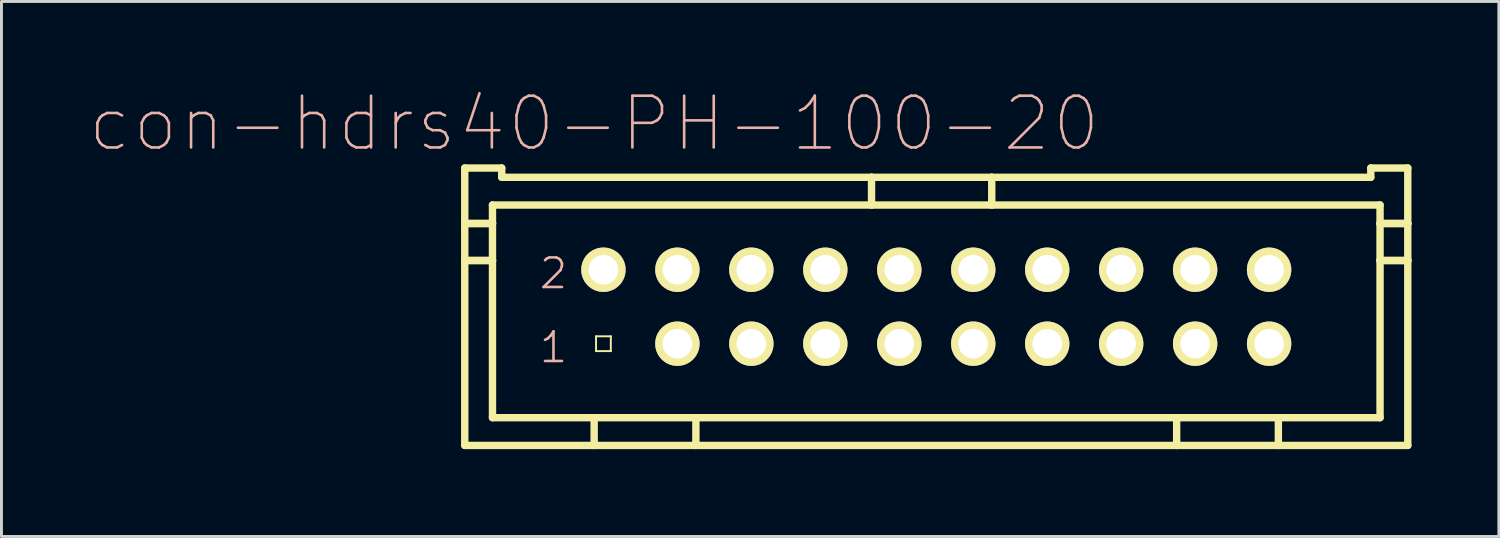
<source format=kicad_pcb>
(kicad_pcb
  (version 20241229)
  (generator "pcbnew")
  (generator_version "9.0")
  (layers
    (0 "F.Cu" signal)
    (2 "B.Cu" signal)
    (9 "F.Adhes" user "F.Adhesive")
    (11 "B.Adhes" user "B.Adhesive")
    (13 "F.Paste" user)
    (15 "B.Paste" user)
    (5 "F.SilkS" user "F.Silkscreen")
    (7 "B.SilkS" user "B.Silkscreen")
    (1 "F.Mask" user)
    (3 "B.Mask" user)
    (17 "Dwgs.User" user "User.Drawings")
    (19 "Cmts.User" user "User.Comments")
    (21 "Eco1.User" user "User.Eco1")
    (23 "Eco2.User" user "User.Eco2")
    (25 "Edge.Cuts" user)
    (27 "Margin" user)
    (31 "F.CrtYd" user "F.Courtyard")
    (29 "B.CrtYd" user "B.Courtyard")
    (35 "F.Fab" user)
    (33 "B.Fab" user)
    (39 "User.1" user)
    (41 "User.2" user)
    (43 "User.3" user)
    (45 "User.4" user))
  (footprint "con-hdrs40-PH-100-20"
    (layer "F.Cu")
    (at 29.102 7.483)
    (property "Reference" "con-hdrs40-PH-100-20" (at -11.748 -6.287 0) (layer "B.SilkS") (effects (font (size 1.778 1.778) (thickness 0.089))))
    (attr exclude_from_pos_files exclude_from_bom)
    (fp_line (start -16.192 -4.763) (end -16.192 -2.857) (stroke (width 0.254) (type solid)) (layer "F.SilkS"))
    (fp_line (start -16.192 -2.857) (end -16.192 -1.587) (stroke (width 0.254) (type solid)) (layer "F.SilkS"))
    (fp_line (start -16.192 -2.857) (end -15.24 -2.857) (stroke (width 0.254) (type solid)) (layer "F.SilkS"))
    (fp_line (start -16.192 -2.857) (end -15.24 -2.857) (stroke (width 0.254) (type solid)) (layer "F.SilkS"))
    (fp_line (start -16.192 -1.587) (end -16.192 4.763) (stroke (width 0.254) (type solid)) (layer "F.SilkS"))
    (fp_line (start -16.192 4.763) (end -11.748 4.763) (stroke (width 0.254) (type solid)) (layer "F.SilkS"))
    (fp_line (start -15.24 -3.493) (end -2.223 -3.493) (stroke (width 0.254) (type solid)) (layer "F.SilkS"))
    (fp_line (start -15.24 -2.857) (end -15.24 -3.493) (stroke (width 0.254) (type solid)) (layer "F.SilkS"))
    (fp_line (start -15.24 -1.587) (end -16.192 -1.587) (stroke (width 0.254) (type solid)) (layer "F.SilkS"))
    (fp_line (start -15.24 -1.587) (end -16.192 -1.587) (stroke (width 0.254) (type solid)) (layer "F.SilkS"))
    (fp_line (start -15.24 -1.587) (end -15.24 -2.857) (stroke (width 0.254) (type solid)) (layer "F.SilkS"))
    (fp_line (start -15.24 3.81) (end -15.24 -1.587) (stroke (width 0.254) (type solid)) (layer "F.SilkS"))
    (fp_line (start -14.922 -4.763) (end -16.192 -4.763) (stroke (width 0.254) (type solid)) (layer "F.SilkS"))
    (fp_line (start -14.922 -4.445) (end -14.922 -4.763) (stroke (width 0.254) (type solid)) (layer "F.SilkS"))
    (fp_line (start -11.748 3.81) (end -15.24 3.81) (stroke (width 0.254) (type solid)) (layer "F.SilkS"))
    (fp_line (start -11.748 3.81) (end -11.748 4.763) (stroke (width 0.254) (type solid)) (layer "F.SilkS"))
    (fp_line (start -11.748 4.763) (end -8.255 4.763) (stroke (width 0.254) (type solid)) (layer "F.SilkS"))
    (fp_line (start -11.684 -1.524) (end -11.176 -1.524) (stroke (width 0.066) (type solid)) (layer "F.SilkS"))
    (fp_line (start -11.684 -1.016) (end -11.684 -1.524) (stroke (width 0.066) (type solid)) (layer "F.SilkS"))
    (fp_line (start -11.684 -1.016) (end -11.176 -1.016) (stroke (width 0.066) (type solid)) (layer "F.SilkS"))
    (fp_line (start -11.684 1.016) (end -11.176 1.016) (stroke (width 0.066) (type solid)) (layer "F.SilkS"))
    (fp_line (start -11.684 1.524) (end -11.684 1.016) (stroke (width 0.066) (type solid)) (layer "F.SilkS"))
    (fp_line (start -11.684 1.524) (end -11.176 1.524) (stroke (width 0.066) (type solid)) (layer "F.SilkS"))
    (fp_line (start -11.176 -1.016) (end -11.176 -1.524) (stroke (width 0.066) (type solid)) (layer "F.SilkS"))
    (fp_line (start -11.176 1.524) (end -11.176 1.016) (stroke (width 0.066) (type solid)) (layer "F.SilkS"))
    (fp_line (start -9.144 -1.524) (end -8.636 -1.524) (stroke (width 0.066) (type solid)) (layer "F.SilkS"))
    (fp_line (start -9.144 -1.016) (end -9.144 -1.524) (stroke (width 0.066) (type solid)) (layer "F.SilkS"))
    (fp_line (start -9.144 -1.016) (end -8.636 -1.016) (stroke (width 0.066) (type solid)) (layer "F.SilkS"))
    (fp_line (start -9.144 1.016) (end -8.636 1.016) (stroke (width 0.066) (type solid)) (layer "F.SilkS"))
    (fp_line (start -9.144 1.524) (end -9.144 1.016) (stroke (width 0.066) (type solid)) (layer "F.SilkS"))
    (fp_line (start -9.144 1.524) (end -8.636 1.524) (stroke (width 0.066) (type solid)) (layer "F.SilkS"))
    (fp_line (start -8.636 -1.016) (end -8.636 -1.524) (stroke (width 0.066) (type solid)) (layer "F.SilkS"))
    (fp_line (start -8.636 1.524) (end -8.636 1.016) (stroke (width 0.066) (type solid)) (layer "F.SilkS"))
    (fp_line (start -8.255 3.81) (end -11.748 3.81) (stroke (width 0.254) (type solid)) (layer "F.SilkS"))
    (fp_line (start -8.255 3.81) (end -8.255 4.763) (stroke (width 0.254) (type solid)) (layer "F.SilkS"))
    (fp_line (start -8.255 3.81) (end 8.255 3.81) (stroke (width 0.254) (type solid)) (layer "F.SilkS"))
    (fp_line (start -8.255 4.763) (end 8.255 4.763) (stroke (width 0.254) (type solid)) (layer "F.SilkS"))
    (fp_line (start -6.604 -1.524) (end -6.096 -1.524) (stroke (width 0.066) (type solid)) (layer "F.SilkS"))
    (fp_line (start -6.604 -1.016) (end -6.604 -1.524) (stroke (width 0.066) (type solid)) (layer "F.SilkS"))
    (fp_line (start -6.604 -1.016) (end -6.096 -1.016) (stroke (width 0.066) (type solid)) (layer "F.SilkS"))
    (fp_line (start -6.604 1.016) (end -6.096 1.016) (stroke (width 0.066) (type solid)) (layer "F.SilkS"))
    (fp_line (start -6.604 1.524) (end -6.604 1.016) (stroke (width 0.066) (type solid)) (layer "F.SilkS"))
    (fp_line (start -6.604 1.524) (end -6.096 1.524) (stroke (width 0.066) (type solid)) (layer "F.SilkS"))
    (fp_line (start -6.096 -1.016) (end -6.096 -1.524) (stroke (width 0.066) (type solid)) (layer "F.SilkS"))
    (fp_line (start -6.096 1.524) (end -6.096 1.016) (stroke (width 0.066) (type solid)) (layer "F.SilkS"))
    (fp_line (start -4.064 -1.524) (end -3.556 -1.524) (stroke (width 0.066) (type solid)) (layer "F.SilkS"))
    (fp_line (start -4.064 -1.016) (end -4.064 -1.524) (stroke (width 0.066) (type solid)) (layer "F.SilkS"))
    (fp_line (start -4.064 -1.016) (end -3.556 -1.016) (stroke (width 0.066) (type solid)) (layer "F.SilkS"))
    (fp_line (start -4.064 1.016) (end -3.556 1.016) (stroke (width 0.066) (type solid)) (layer "F.SilkS"))
    (fp_line (start -4.064 1.524) (end -4.064 1.016) (stroke (width 0.066) (type solid)) (layer "F.SilkS"))
    (fp_line (start -4.064 1.524) (end -3.556 1.524) (stroke (width 0.066) (type solid)) (layer "F.SilkS"))
    (fp_line (start -3.556 -1.016) (end -3.556 -1.524) (stroke (width 0.066) (type solid)) (layer "F.SilkS"))
    (fp_line (start -3.556 1.524) (end -3.556 1.016) (stroke (width 0.066) (type solid)) (layer "F.SilkS"))
    (fp_line (start -2.223 -4.445) (end -14.922 -4.445) (stroke (width 0.254) (type solid)) (layer "F.SilkS"))
    (fp_line (start -2.223 -4.445) (end -2.223 -3.493) (stroke (width 0.254) (type solid)) (layer "F.SilkS"))
    (fp_line (start -2.223 -3.493) (end 1.905 -3.493) (stroke (width 0.254) (type solid)) (layer "F.SilkS"))
    (fp_line (start -1.524 -1.524) (end -1.016 -1.524) (stroke (width 0.066) (type solid)) (layer "F.SilkS"))
    (fp_line (start -1.524 -1.016) (end -1.524 -1.524) (stroke (width 0.066) (type solid)) (layer "F.SilkS"))
    (fp_line (start -1.524 -1.016) (end -1.016 -1.016) (stroke (width 0.066) (type solid)) (layer "F.SilkS"))
    (fp_line (start -1.524 1.016) (end -1.016 1.016) (stroke (width 0.066) (type solid)) (layer "F.SilkS"))
    (fp_line (start -1.524 1.524) (end -1.524 1.016) (stroke (width 0.066) (type solid)) (layer "F.SilkS"))
    (fp_line (start -1.524 1.524) (end -1.016 1.524) (stroke (width 0.066) (type solid)) (layer "F.SilkS"))
    (fp_line (start -1.016 -1.016) (end -1.016 -1.524) (stroke (width 0.066) (type solid)) (layer "F.SilkS"))
    (fp_line (start -1.016 1.524) (end -1.016 1.016) (stroke (width 0.066) (type solid)) (layer "F.SilkS"))
    (fp_line (start 1.016 -1.524) (end 1.524 -1.524) (stroke (width 0.066) (type solid)) (layer "F.SilkS"))
    (fp_line (start 1.016 -1.016) (end 1.016 -1.524) (stroke (width 0.066) (type solid)) (layer "F.SilkS"))
    (fp_line (start 1.016 -1.016) (end 1.524 -1.016) (stroke (width 0.066) (type solid)) (layer "F.SilkS"))
    (fp_line (start 1.016 1.016) (end 1.524 1.016) (stroke (width 0.066) (type solid)) (layer "F.SilkS"))
    (fp_line (start 1.016 1.524) (end 1.016 1.016) (stroke (width 0.066) (type solid)) (layer "F.SilkS"))
    (fp_line (start 1.016 1.524) (end 1.524 1.524) (stroke (width 0.066) (type solid)) (layer "F.SilkS"))
    (fp_line (start 1.524 -1.016) (end 1.524 -1.524) (stroke (width 0.066) (type solid)) (layer "F.SilkS"))
    (fp_line (start 1.524 1.524) (end 1.524 1.016) (stroke (width 0.066) (type solid)) (layer "F.SilkS"))
    (fp_line (start 1.905 -4.445) (end -2.223 -4.445) (stroke (width 0.254) (type solid)) (layer "F.SilkS"))
    (fp_line (start 1.905 -4.445) (end 1.905 -3.493) (stroke (width 0.254) (type solid)) (layer "F.SilkS"))
    (fp_line (start 1.905 -3.493) (end 15.24 -3.493) (stroke (width 0.254) (type solid)) (layer "F.SilkS"))
    (fp_line (start 3.556 -1.524) (end 4.064 -1.524) (stroke (width 0.066) (type solid)) (layer "F.SilkS"))
    (fp_line (start 3.556 -1.016) (end 3.556 -1.524) (stroke (width 0.066) (type solid)) (layer "F.SilkS"))
    (fp_line (start 3.556 -1.016) (end 4.064 -1.016) (stroke (width 0.066) (type solid)) (layer "F.SilkS"))
    (fp_line (start 3.556 1.016) (end 4.064 1.016) (stroke (width 0.066) (type solid)) (layer "F.SilkS"))
    (fp_line (start 3.556 1.524) (end 3.556 1.016) (stroke (width 0.066) (type solid)) (layer "F.SilkS"))
    (fp_line (start 3.556 1.524) (end 4.064 1.524) (stroke (width 0.066) (type solid)) (layer "F.SilkS"))
    (fp_line (start 4.064 -1.016) (end 4.064 -1.524) (stroke (width 0.066) (type solid)) (layer "F.SilkS"))
    (fp_line (start 4.064 1.524) (end 4.064 1.016) (stroke (width 0.066) (type solid)) (layer "F.SilkS"))
    (fp_line (start 6.096 -1.524) (end 6.604 -1.524) (stroke (width 0.066) (type solid)) (layer "F.SilkS"))
    (fp_line (start 6.096 -1.016) (end 6.096 -1.524) (stroke (width 0.066) (type solid)) (layer "F.SilkS"))
    (fp_line (start 6.096 -1.016) (end 6.604 -1.016) (stroke (width 0.066) (type solid)) (layer "F.SilkS"))
    (fp_line (start 6.096 1.016) (end 6.604 1.016) (stroke (width 0.066) (type solid)) (layer "F.SilkS"))
    (fp_line (start 6.096 1.524) (end 6.096 1.016) (stroke (width 0.066) (type solid)) (layer "F.SilkS"))
    (fp_line (start 6.096 1.524) (end 6.604 1.524) (stroke (width 0.066) (type solid)) (layer "F.SilkS"))
    (fp_line (start 6.604 -1.016) (end 6.604 -1.524) (stroke (width 0.066) (type solid)) (layer "F.SilkS"))
    (fp_line (start 6.604 1.524) (end 6.604 1.016) (stroke (width 0.066) (type solid)) (layer "F.SilkS"))
    (fp_line (start 8.255 3.81) (end 8.255 4.763) (stroke (width 0.254) (type solid)) (layer "F.SilkS"))
    (fp_line (start 8.255 3.81) (end 11.748 3.81) (stroke (width 0.254) (type solid)) (layer "F.SilkS"))
    (fp_line (start 8.255 4.763) (end 11.748 4.763) (stroke (width 0.254) (type solid)) (layer "F.SilkS"))
    (fp_line (start 8.636 -1.524) (end 9.144 -1.524) (stroke (width 0.066) (type solid)) (layer "F.SilkS"))
    (fp_line (start 8.636 -1.016) (end 8.636 -1.524) (stroke (width 0.066) (type solid)) (layer "F.SilkS"))
    (fp_line (start 8.636 -1.016) (end 9.144 -1.016) (stroke (width 0.066) (type solid)) (layer "F.SilkS"))
    (fp_line (start 8.636 1.016) (end 9.144 1.016) (stroke (width 0.066) (type solid)) (layer "F.SilkS"))
    (fp_line (start 8.636 1.524) (end 8.636 1.016) (stroke (width 0.066) (type solid)) (layer "F.SilkS"))
    (fp_line (start 8.636 1.524) (end 9.144 1.524) (stroke (width 0.066) (type solid)) (layer "F.SilkS"))
    (fp_line (start 9.144 -1.016) (end 9.144 -1.524) (stroke (width 0.066) (type solid)) (layer "F.SilkS"))
    (fp_line (start 9.144 1.524) (end 9.144 1.016) (stroke (width 0.066) (type solid)) (layer "F.SilkS"))
    (fp_line (start 11.176 -1.524) (end 11.684 -1.524) (stroke (width 0.066) (type solid)) (layer "F.SilkS"))
    (fp_line (start 11.176 -1.016) (end 11.176 -1.524) (stroke (width 0.066) (type solid)) (layer "F.SilkS"))
    (fp_line (start 11.176 -1.016) (end 11.684 -1.016) (stroke (width 0.066) (type solid)) (layer "F.SilkS"))
    (fp_line (start 11.176 1.016) (end 11.684 1.016) (stroke (width 0.066) (type solid)) (layer "F.SilkS"))
    (fp_line (start 11.176 1.524) (end 11.176 1.016) (stroke (width 0.066) (type solid)) (layer "F.SilkS"))
    (fp_line (start 11.176 1.524) (end 11.684 1.524) (stroke (width 0.066) (type solid)) (layer "F.SilkS"))
    (fp_line (start 11.684 -1.016) (end 11.684 -1.524) (stroke (width 0.066) (type solid)) (layer "F.SilkS"))
    (fp_line (start 11.684 1.524) (end 11.684 1.016) (stroke (width 0.066) (type solid)) (layer "F.SilkS"))
    (fp_line (start 11.748 3.81) (end 11.748 4.763) (stroke (width 0.254) (type solid)) (layer "F.SilkS"))
    (fp_line (start 11.748 3.81) (end 15.24 3.81) (stroke (width 0.254) (type solid)) (layer "F.SilkS"))
    (fp_line (start 11.748 4.763) (end 16.192 4.763) (stroke (width 0.254) (type solid)) (layer "F.SilkS"))
    (fp_line (start 14.922 -4.763) (end 14.922 -4.445) (stroke (width 0.254) (type solid)) (layer "F.SilkS"))
    (fp_line (start 14.922 -4.445) (end 1.905 -4.445) (stroke (width 0.254) (type solid)) (layer "F.SilkS"))
    (fp_line (start 15.24 -3.493) (end 15.24 -2.857) (stroke (width 0.254) (type solid)) (layer "F.SilkS"))
    (fp_line (start 15.24 -2.857) (end 15.24 -1.587) (stroke (width 0.254) (type solid)) (layer "F.SilkS"))
    (fp_line (start 15.24 -2.857) (end 16.192 -2.857) (stroke (width 0.254) (type solid)) (layer "F.SilkS"))
    (fp_line (start 15.24 -2.857) (end 16.192 -2.857) (stroke (width 0.254) (type solid)) (layer "F.SilkS"))
    (fp_line (start 15.24 -1.587) (end 15.24 3.81) (stroke (width 0.254) (type solid)) (layer "F.SilkS"))
    (fp_line (start 15.24 -1.587) (end 16.192 -1.587) (stroke (width 0.254) (type solid)) (layer "F.SilkS"))
    (fp_line (start 15.24 -1.587) (end 16.192 -1.587) (stroke (width 0.254) (type solid)) (layer "F.SilkS"))
    (fp_line (start 16.192 -4.763) (end 14.922 -4.763) (stroke (width 0.254) (type solid)) (layer "F.SilkS"))
    (fp_line (start 16.192 -2.857) (end 16.192 -4.763) (stroke (width 0.254) (type solid)) (layer "F.SilkS"))
    (fp_line (start 16.192 -1.587) (end 16.192 -2.857) (stroke (width 0.254) (type solid)) (layer "F.SilkS"))
    (fp_line (start 16.192 4.763) (end 16.192 -1.587) (stroke (width 0.254) (type solid)) (layer "F.SilkS"))
    (fp_text user "1" (at -13.145 1.397 0) (layer "B.SilkS") (effects (font (size 1.016 1.016) (thickness 0.089))))
    (fp_text user "2" (at -13.145 -1.143 0) (layer "B.SilkS") (effects (font (size 1.016 1.016) (thickness 0.089))))
    (pad "1" thru_hole rect (at -11.43 1.27) (size 0.001 0.001) (drill 1.016) (layers "*.Cu" "F.Mask" "F.SilkS" "F.Paste"))
    (pad "2" thru_hole circle (at -11.43 -1.27) (size 1.524 1.524) (drill 1.016) (layers "*.Cu" "F.Mask" "F.SilkS" "F.Paste"))
    (pad "3" thru_hole circle (at -8.89 1.27) (size 1.524 1.524) (drill 1.016) (layers "*.Cu" "F.Mask" "F.SilkS" "F.Paste"))
    (pad "4" thru_hole circle (at -8.89 -1.27) (size 1.524 1.524) (drill 1.016) (layers "*.Cu" "F.Mask" "F.SilkS" "F.Paste"))
    (pad "5" thru_hole circle (at -6.35 1.27) (size 1.524 1.524) (drill 1.016) (layers "*.Cu" "F.Mask" "F.SilkS" "F.Paste"))
    (pad "6" thru_hole circle (at -6.35 -1.27) (size 1.524 1.524) (drill 1.016) (layers "*.Cu" "F.Mask" "F.SilkS" "F.Paste"))
    (pad "7" thru_hole circle (at -3.81 1.27) (size 1.524 1.524) (drill 1.016) (layers "*.Cu" "F.Mask" "F.SilkS" "F.Paste"))
    (pad "8" thru_hole circle (at -3.81 -1.27) (size 1.524 1.524) (drill 1.016) (layers "*.Cu" "F.Mask" "F.SilkS" "F.Paste"))
    (pad "9" thru_hole circle (at -1.27 1.27) (size 1.524 1.524) (drill 1.016) (layers "*.Cu" "F.Mask" "F.SilkS" "F.Paste"))
    (pad "10" thru_hole circle (at -1.27 -1.27) (size 1.524 1.524) (drill 1.016) (layers "*.Cu" "F.Mask" "F.SilkS" "F.Paste"))
    (pad "11" thru_hole circle (at 1.27 1.27) (size 1.524 1.524) (drill 1.016) (layers "*.Cu" "F.Mask" "F.SilkS" "F.Paste"))
    (pad "12" thru_hole circle (at 1.27 -1.27) (size 1.524 1.524) (drill 1.016) (layers "*.Cu" "F.Mask" "F.SilkS" "F.Paste"))
    (pad "13" thru_hole circle (at 3.81 1.27) (size 1.524 1.524) (drill 1.016) (layers "*.Cu" "F.Mask" "F.SilkS" "F.Paste"))
    (pad "14" thru_hole circle (at 3.81 -1.27) (size 1.524 1.524) (drill 1.016) (layers "*.Cu" "F.Mask" "F.SilkS" "F.Paste"))
    (pad "15" thru_hole circle (at 6.35 1.27) (size 1.524 1.524) (drill 1.016) (layers "*.Cu" "F.Mask" "F.SilkS" "F.Paste"))
    (pad "16" thru_hole circle (at 6.35 -1.27) (size 1.524 1.524) (drill 1.016) (layers "*.Cu" "F.Mask" "F.SilkS" "F.Paste"))
    (pad "17" thru_hole circle (at 8.89 1.27) (size 1.524 1.524) (drill 1.016) (layers "*.Cu" "F.Mask" "F.SilkS" "F.Paste"))
    (pad "18" thru_hole circle (at 8.89 -1.27) (size 1.524 1.524) (drill 1.016) (layers "*.Cu" "F.Mask" "F.SilkS" "F.Paste"))
    (pad "19" thru_hole circle (at 11.43 1.27) (size 1.524 1.524) (drill 1.016) (layers "*.Cu" "F.Mask" "F.SilkS" "F.Paste"))
    (pad "20" thru_hole circle (at 11.43 -1.27) (size 1.524 1.524) (drill 1.016) (layers "*.Cu" "F.Mask" "F.SilkS" "F.Paste")))
  (gr_rect
    (start -3 -3)
    (end 48.422 15.372)
    (stroke (width 0.1) (type default))
    (fill no)
    (layer "Edge.Cuts")))
</source>
